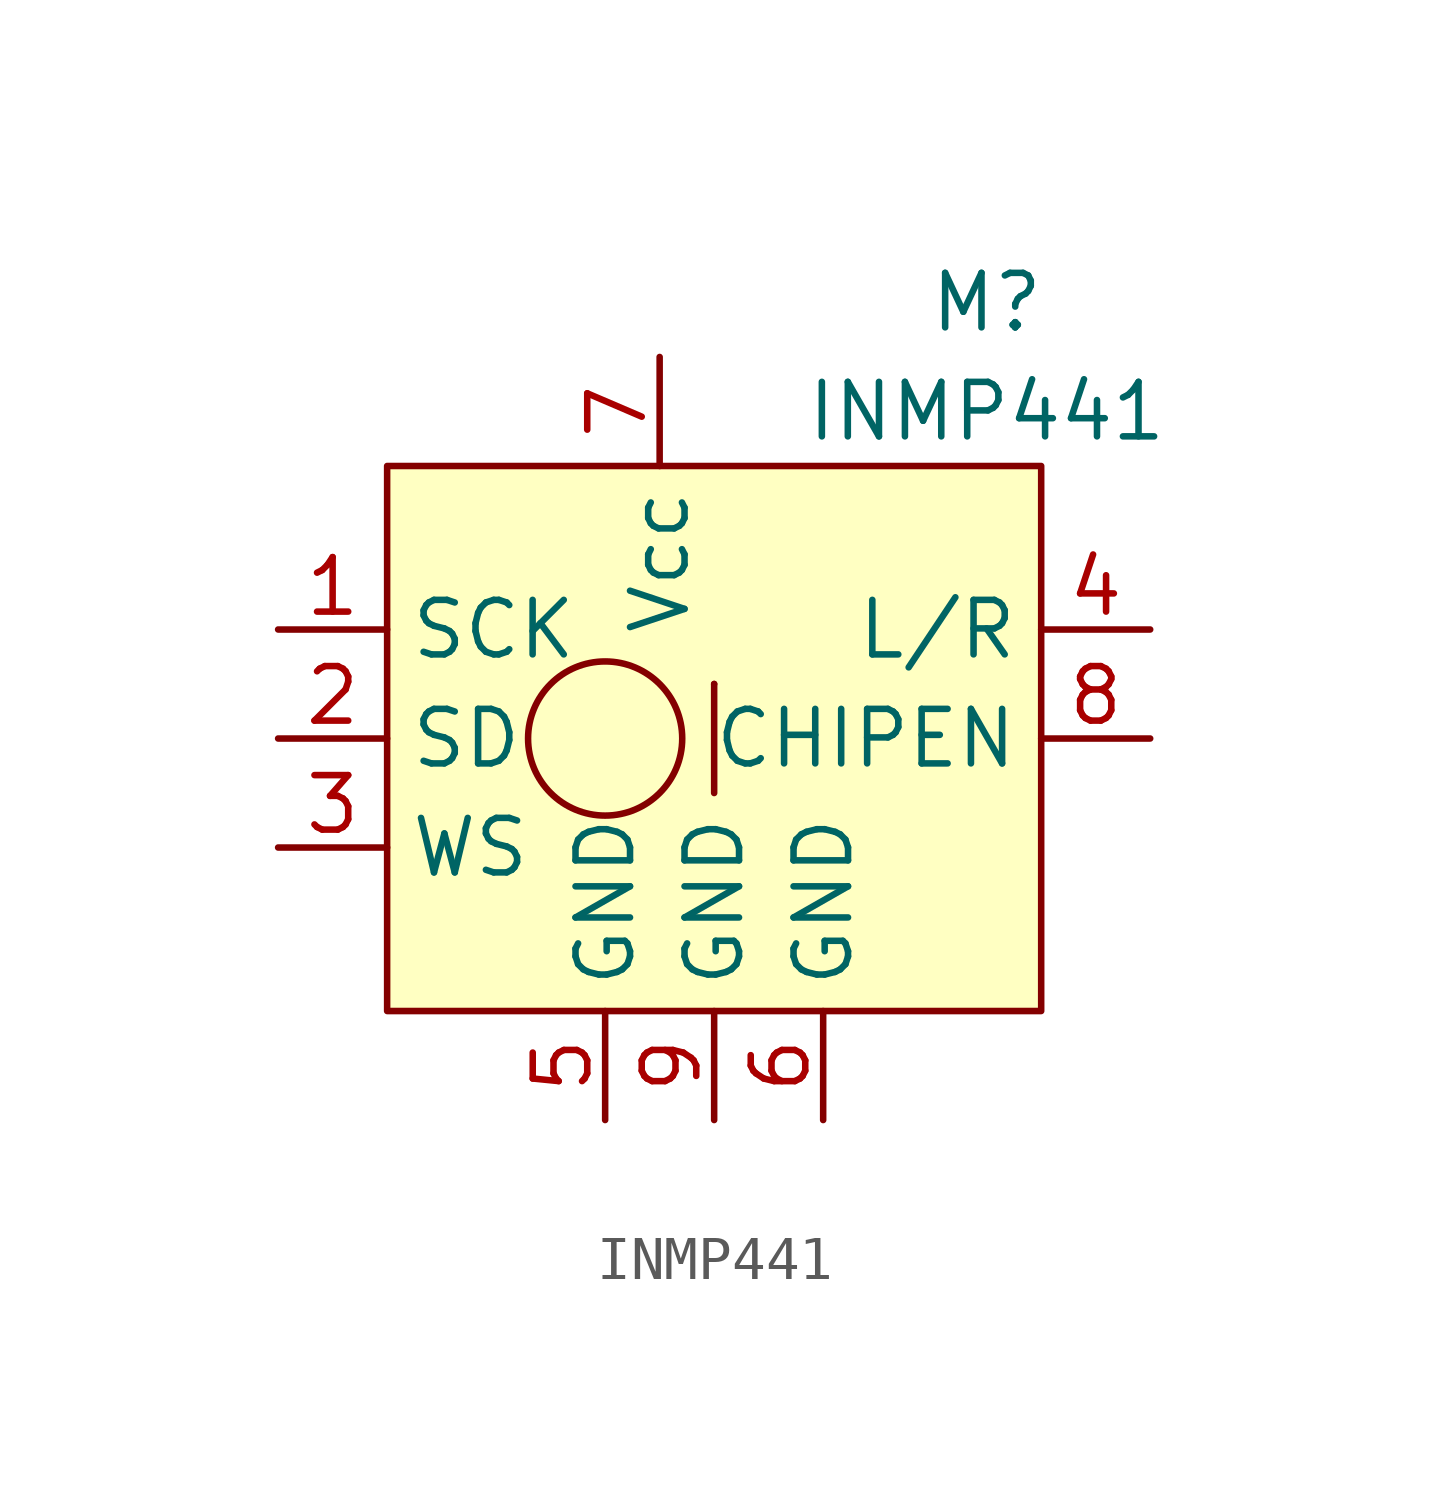
<source format=kicad_sym>
(kicad_symbol_lib
  (version 20211014)
  (generator kicad_symbol_editor)
  (symbol "INMP441"
    (property "Reference" "M"
      (at 6.35 8.89 0)
      (effects (font (size 1.27 1.27))))
    (property "Value" "INMP441"
      (at 6.35 6.35 0)
      (effects (font (size 1.27 1.27))))
    (symbol "INMP441_0_1"
      (rectangle (start -7.62 5.08) (end 7.62 -7.62) (stroke (width 0) (type default) (color 0 0 0 0)) (fill (type background)))
      (circle (center -2.54 -1.27) (radius 1.796) (stroke (width 0) (type default) (color 0 0 0 0)) (fill (type none)))
      (polyline (pts (xy 0 -2.54) (xy 0 0)) (stroke (width 0) (type default) (color 0 0 0 0)) (fill (type none)))
      (polyline (pts (xy 0 0) (xy 0 0)) (stroke (width 0) (type default) (color 0 0 0 0)) (fill (type none))))
    (symbol "INMP441_1_1"
      (pin input line (at -10.16 1.27 0) (length 2.54) (name "SCK" (effects (font (size 1.27 1.27)))) (number "1" (effects (font (size 1.27 1.27)))))
      (pin input line (at -10.16 -1.27 0) (length 2.54) (name "SD" (effects (font (size 1.27 1.27)))) (number "2" (effects (font (size 1.27 1.27)))))
      (pin input line (at -10.16 -3.81 0) (length 2.54) (name "WS" (effects (font (size 1.27 1.27)))) (number "3" (effects (font (size 1.27 1.27)))))
      (pin input line (at 10.16 1.27 180) (length 2.54) (name "L/R" (effects (font (size 1.27 1.27)))) (number "4" (effects (font (size 1.27 1.27)))))
      (pin power_in line (at -2.54 -10.16 90) (length 2.54) (name "GND" (effects (font (size 1.27 1.27)))) (number "5" (effects (font (size 1.27 1.27)))))
      (pin power_in line (at 2.54 -10.16 90) (length 2.54) (name "GND" (effects (font (size 1.27 1.27)))) (number "6" (effects (font (size 1.27 1.27)))))
      (pin power_in line (at -1.27 7.62 270) (length 2.54) (name "Vcc" (effects (font (size 1.27 1.27)))) (number "7" (effects (font (size 1.27 1.27)))))
      (pin input line (at 10.16 -1.27 180) (length 2.54) (name "CHIPEN" (effects (font (size 1.27 1.27)))) (number "8" (effects (font (size 1.27 1.27)))))
      (pin power_in line (at 0 -10.16 90) (length 2.54) (name "GND" (effects (font (size 1.27 1.27)))) (number "9" (effects (font (size 1.27 1.27))))))))
</source>
